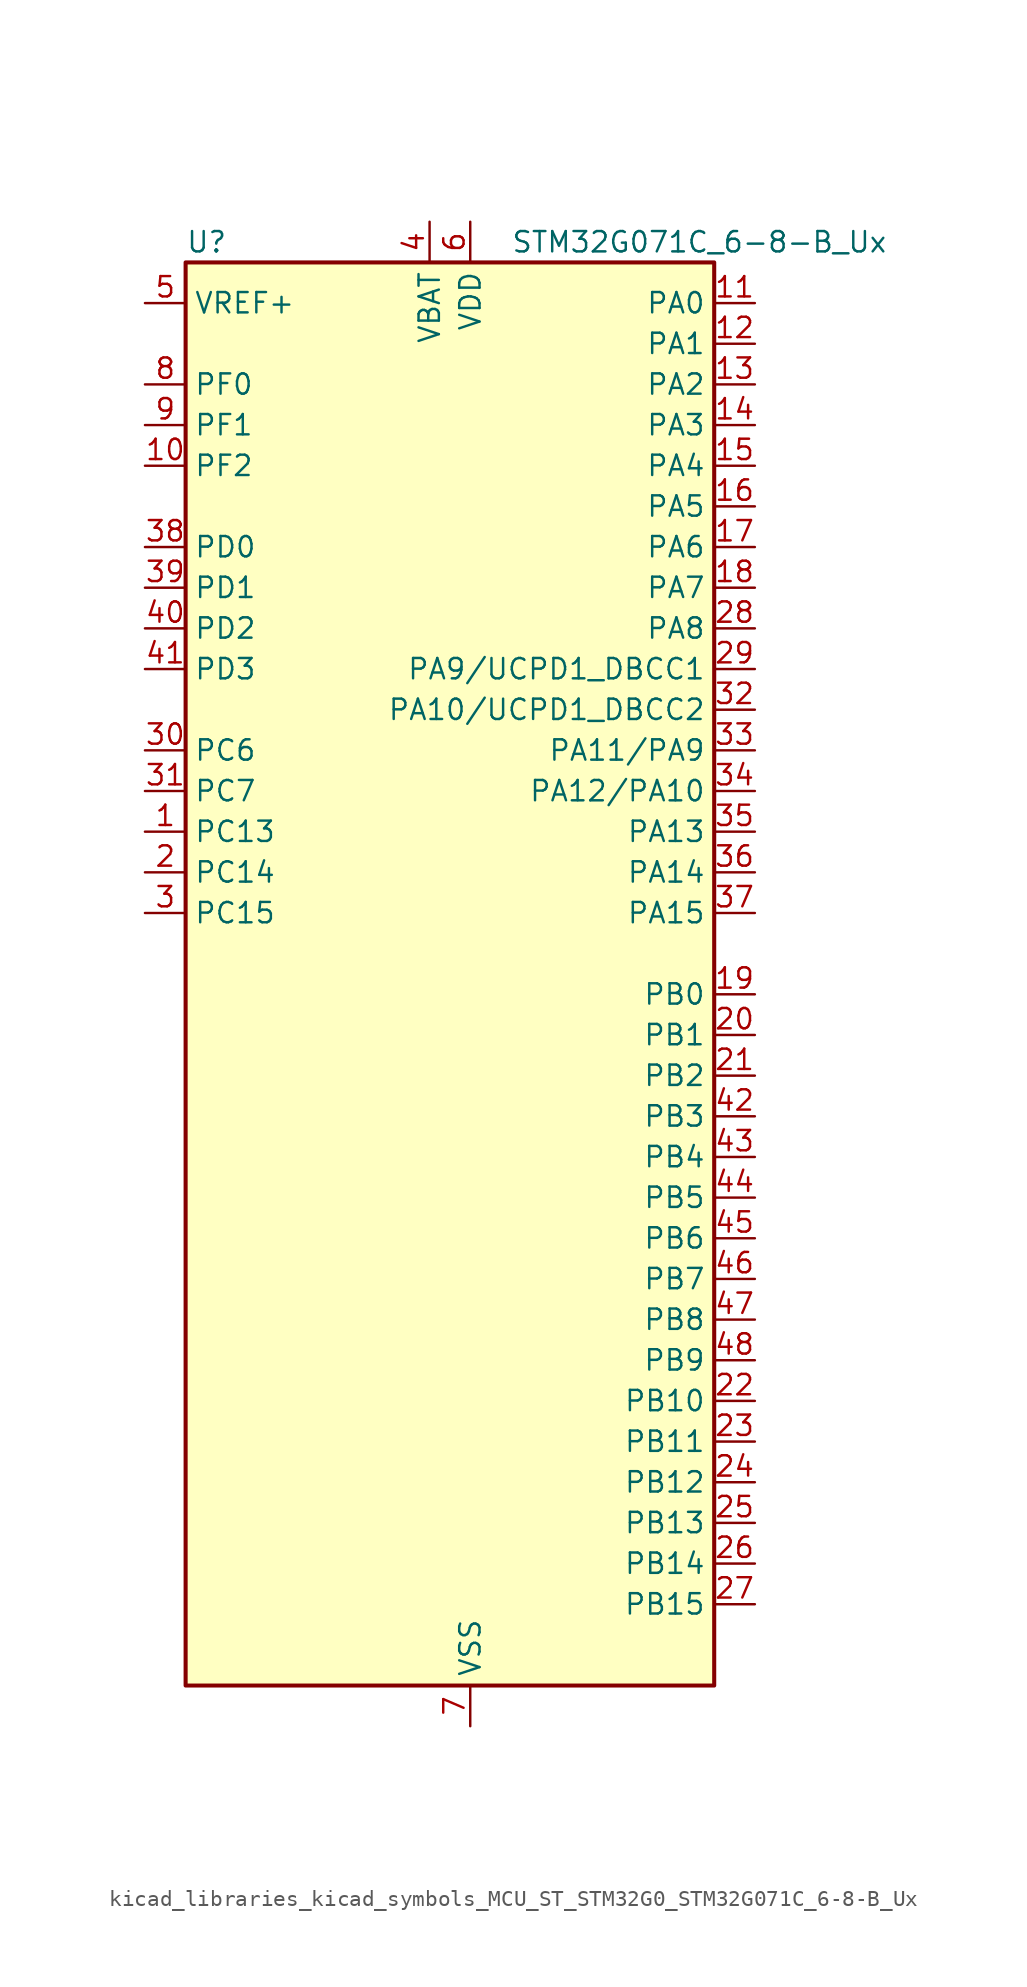
<source format=kicad_sym>
(kicad_symbol_lib
  (version 20220914)
  (generator kicad_symbol_editor)
  (symbol "kicad_libraries_kicad_symbols_MCU_ST_STM32G0_STM32G071C_6-8-B_Ux"
    (property "Reference" "U"
      (at -15.24 46.99 0)
      (effects (font (size 1.27 1.27)) (justify left)))
    (property "Value" "STM32G071C_6-8-B_Ux"
      (at 5.08 46.99 0)
      (effects (font (size 1.27 1.27)) (justify left)))
    (property "ki_locked" ""
      (at 0 0 0)
      (effects (font (size 1.27 1.27))))
    (symbol "kicad_libraries_kicad_symbols_MCU_ST_STM32G0_STM32G071C_6-8-B_Ux_0_1"
      (rectangle (start -15.24 -43.18) (end 17.78 45.72) (stroke (width 0.254) (type default)) (fill (type background))))
    (symbol "kicad_libraries_kicad_symbols_MCU_ST_STM32G0_STM32G071C_6-8-B_Ux_1_1"
      (pin bidirectional line (at -17.78 10.16 0) (length 2.54) (name "PC13" (effects (font (size 1.27 1.27)))) (number "1" (effects (font (size 1.27 1.27)))) (alternate "RTC_OUT_ALARM" bidirectional line) (alternate "RTC_OUT_CALIB" bidirectional line) (alternate "RTC_TAMP_IN1" bidirectional line) (alternate "RTC_TS" bidirectional line) (alternate "SYS_WKUP2" bidirectional line) (alternate "TIM1_BK" bidirectional line))
      (pin bidirectional line (at -17.78 33.02 0) (length 2.54) (name "PF2" (effects (font (size 1.27 1.27)))) (number "10" (effects (font (size 1.27 1.27)))) (alternate "RCC_MCO" bidirectional line))
      (pin bidirectional line (at 20.32 43.18 180) (length 2.54) (name "PA0" (effects (font (size 1.27 1.27)))) (number "11" (effects (font (size 1.27 1.27)))) (alternate "ADC1_IN0" bidirectional line) (alternate "COMP1_INM" bidirectional line) (alternate "COMP1_OUT" bidirectional line) (alternate "LPTIM1_OUT" bidirectional line) (alternate "RTC_TAMP_IN2" bidirectional line) (alternate "SPI2_SCK" bidirectional line) (alternate "SYS_WKUP1" bidirectional line) (alternate "TIM2_CH1" bidirectional line) (alternate "TIM2_ETR" bidirectional line) (alternate "UCPD2_FRSTX1" bidirectional line) (alternate "UCPD2_FRSTX2" bidirectional line) (alternate "USART2_CTS" bidirectional line) (alternate "USART2_NSS" bidirectional line) (alternate "USART4_TX" bidirectional line))
      (pin bidirectional line (at 20.32 40.64 180) (length 2.54) (name "PA1" (effects (font (size 1.27 1.27)))) (number "12" (effects (font (size 1.27 1.27)))) (alternate "ADC1_IN1" bidirectional line) (alternate "COMP1_INP" bidirectional line) (alternate "I2C1_SMBA" bidirectional line) (alternate "I2S1_CK" bidirectional line) (alternate "SPI1_SCK" bidirectional line) (alternate "TIM15_CH1N" bidirectional line) (alternate "TIM2_CH2" bidirectional line) (alternate "USART2_CK" bidirectional line) (alternate "USART2_DE" bidirectional line) (alternate "USART2_RTS" bidirectional line) (alternate "USART4_RX" bidirectional line))
      (pin bidirectional line (at 20.32 38.1 180) (length 2.54) (name "PA2" (effects (font (size 1.27 1.27)))) (number "13" (effects (font (size 1.27 1.27)))) (alternate "ADC1_IN2" bidirectional line) (alternate "COMP2_INM" bidirectional line) (alternate "COMP2_OUT" bidirectional line) (alternate "I2S1_SD" bidirectional line) (alternate "LPUART1_TX" bidirectional line) (alternate "RCC_LSCO" bidirectional line) (alternate "SPI1_MOSI" bidirectional line) (alternate "SYS_WKUP4" bidirectional line) (alternate "TIM15_CH1" bidirectional line) (alternate "TIM2_CH3" bidirectional line) (alternate "UCPD1_FRSTX1" bidirectional line) (alternate "UCPD1_FRSTX2" bidirectional line) (alternate "USART2_TX" bidirectional line))
      (pin bidirectional line (at 20.32 35.56 180) (length 2.54) (name "PA3" (effects (font (size 1.27 1.27)))) (number "14" (effects (font (size 1.27 1.27)))) (alternate "ADC1_IN3" bidirectional line) (alternate "COMP2_INP" bidirectional line) (alternate "LPUART1_RX" bidirectional line) (alternate "SPI2_MISO" bidirectional line) (alternate "TIM15_CH2" bidirectional line) (alternate "TIM2_CH4" bidirectional line) (alternate "UCPD2_FRSTX1" bidirectional line) (alternate "UCPD2_FRSTX2" bidirectional line) (alternate "USART2_RX" bidirectional line))
      (pin bidirectional line (at 20.32 33.02 180) (length 2.54) (name "PA4" (effects (font (size 1.27 1.27)))) (number "15" (effects (font (size 1.27 1.27)))) (alternate "ADC1_IN4" bidirectional line) (alternate "DAC1_OUT1" bidirectional line) (alternate "I2S1_WS" bidirectional line) (alternate "LPTIM2_OUT" bidirectional line) (alternate "RTC_OUT_ALARM" bidirectional line) (alternate "RTC_OUT_CALIB" bidirectional line) (alternate "SPI1_NSS" bidirectional line) (alternate "SPI2_MOSI" bidirectional line) (alternate "TIM14_CH1" bidirectional line) (alternate "UCPD2_FRSTX1" bidirectional line) (alternate "UCPD2_FRSTX2" bidirectional line))
      (pin bidirectional line (at 20.32 30.48 180) (length 2.54) (name "PA5" (effects (font (size 1.27 1.27)))) (number "16" (effects (font (size 1.27 1.27)))) (alternate "ADC1_IN5" bidirectional line) (alternate "CEC" bidirectional line) (alternate "DAC1_OUT2" bidirectional line) (alternate "I2S1_CK" bidirectional line) (alternate "LPTIM2_ETR" bidirectional line) (alternate "SPI1_SCK" bidirectional line) (alternate "TIM2_CH1" bidirectional line) (alternate "TIM2_ETR" bidirectional line) (alternate "UCPD1_FRSTX1" bidirectional line) (alternate "UCPD1_FRSTX2" bidirectional line) (alternate "USART3_TX" bidirectional line))
      (pin bidirectional line (at 20.32 27.94 180) (length 2.54) (name "PA6" (effects (font (size 1.27 1.27)))) (number "17" (effects (font (size 1.27 1.27)))) (alternate "ADC1_IN6" bidirectional line) (alternate "COMP1_OUT" bidirectional line) (alternate "I2S1_MCK" bidirectional line) (alternate "LPUART1_CTS" bidirectional line) (alternate "SPI1_MISO" bidirectional line) (alternate "TIM16_CH1" bidirectional line) (alternate "TIM1_BK" bidirectional line) (alternate "TIM3_CH1" bidirectional line) (alternate "USART3_CTS" bidirectional line) (alternate "USART3_NSS" bidirectional line))
      (pin bidirectional line (at 20.32 25.4 180) (length 2.54) (name "PA7" (effects (font (size 1.27 1.27)))) (number "18" (effects (font (size 1.27 1.27)))) (alternate "ADC1_IN7" bidirectional line) (alternate "COMP2_OUT" bidirectional line) (alternate "I2S1_SD" bidirectional line) (alternate "SPI1_MOSI" bidirectional line) (alternate "TIM14_CH1" bidirectional line) (alternate "TIM17_CH1" bidirectional line) (alternate "TIM1_CH1N" bidirectional line) (alternate "TIM3_CH2" bidirectional line) (alternate "UCPD1_FRSTX1" bidirectional line) (alternate "UCPD1_FRSTX2" bidirectional line))
      (pin bidirectional line (at 20.32 0 180) (length 2.54) (name "PB0" (effects (font (size 1.27 1.27)))) (number "19" (effects (font (size 1.27 1.27)))) (alternate "ADC1_IN8" bidirectional line) (alternate "COMP1_OUT" bidirectional line) (alternate "I2S1_WS" bidirectional line) (alternate "LPTIM1_OUT" bidirectional line) (alternate "SPI1_NSS" bidirectional line) (alternate "TIM1_CH2N" bidirectional line) (alternate "TIM3_CH3" bidirectional line) (alternate "UCPD1_FRSTX1" bidirectional line) (alternate "UCPD1_FRSTX2" bidirectional line) (alternate "USART3_RX" bidirectional line))
      (pin bidirectional line (at -17.78 7.62 0) (length 2.54) (name "PC14" (effects (font (size 1.27 1.27)))) (number "2" (effects (font (size 1.27 1.27)))) (alternate "RCC_OSC32_IN" bidirectional line) (alternate "TIM1_BK2" bidirectional line))
      (pin bidirectional line (at 20.32 -2.54 180) (length 2.54) (name "PB1" (effects (font (size 1.27 1.27)))) (number "20" (effects (font (size 1.27 1.27)))) (alternate "ADC1_IN9" bidirectional line) (alternate "COMP1_INM" bidirectional line) (alternate "LPTIM2_IN1" bidirectional line) (alternate "LPUART1_DE" bidirectional line) (alternate "LPUART1_RTS" bidirectional line) (alternate "TIM14_CH1" bidirectional line) (alternate "TIM1_CH3N" bidirectional line) (alternate "TIM3_CH4" bidirectional line) (alternate "USART3_CK" bidirectional line) (alternate "USART3_DE" bidirectional line) (alternate "USART3_RTS" bidirectional line))
      (pin bidirectional line (at 20.32 -5.08 180) (length 2.54) (name "PB2" (effects (font (size 1.27 1.27)))) (number "21" (effects (font (size 1.27 1.27)))) (alternate "ADC1_IN10" bidirectional line) (alternate "COMP1_INP" bidirectional line) (alternate "LPTIM1_OUT" bidirectional line) (alternate "SPI2_MISO" bidirectional line) (alternate "USART3_TX" bidirectional line))
      (pin bidirectional line (at 20.32 -25.4 180) (length 2.54) (name "PB10" (effects (font (size 1.27 1.27)))) (number "22" (effects (font (size 1.27 1.27)))) (alternate "ADC1_IN11" bidirectional line) (alternate "CEC" bidirectional line) (alternate "COMP1_OUT" bidirectional line) (alternate "I2C2_SCL" bidirectional line) (alternate "LPUART1_RX" bidirectional line) (alternate "SPI2_SCK" bidirectional line) (alternate "TIM2_CH3" bidirectional line) (alternate "USART3_TX" bidirectional line))
      (pin bidirectional line (at 20.32 -27.94 180) (length 2.54) (name "PB11" (effects (font (size 1.27 1.27)))) (number "23" (effects (font (size 1.27 1.27)))) (alternate "ADC1_EXTI11" bidirectional line) (alternate "ADC1_IN15" bidirectional line) (alternate "COMP2_OUT" bidirectional line) (alternate "I2C2_SDA" bidirectional line) (alternate "LPUART1_TX" bidirectional line) (alternate "SPI2_MOSI" bidirectional line) (alternate "TIM2_CH4" bidirectional line) (alternate "USART3_RX" bidirectional line))
      (pin bidirectional line (at 20.32 -30.48 180) (length 2.54) (name "PB12" (effects (font (size 1.27 1.27)))) (number "24" (effects (font (size 1.27 1.27)))) (alternate "ADC1_IN16" bidirectional line) (alternate "LPUART1_DE" bidirectional line) (alternate "LPUART1_RTS" bidirectional line) (alternate "SPI2_NSS" bidirectional line) (alternate "TIM15_BK" bidirectional line) (alternate "TIM1_BK" bidirectional line) (alternate "UCPD2_FRSTX1" bidirectional line) (alternate "UCPD2_FRSTX2" bidirectional line))
      (pin bidirectional line (at 20.32 -33.02 180) (length 2.54) (name "PB13" (effects (font (size 1.27 1.27)))) (number "25" (effects (font (size 1.27 1.27)))) (alternate "I2C2_SCL" bidirectional line) (alternate "LPUART1_CTS" bidirectional line) (alternate "SPI2_SCK" bidirectional line) (alternate "TIM15_CH1N" bidirectional line) (alternate "TIM1_CH1N" bidirectional line) (alternate "USART3_CTS" bidirectional line) (alternate "USART3_NSS" bidirectional line))
      (pin bidirectional line (at 20.32 -35.56 180) (length 2.54) (name "PB14" (effects (font (size 1.27 1.27)))) (number "26" (effects (font (size 1.27 1.27)))) (alternate "I2C2_SDA" bidirectional line) (alternate "SPI2_MISO" bidirectional line) (alternate "TIM15_CH1" bidirectional line) (alternate "TIM1_CH2N" bidirectional line) (alternate "UCPD1_FRSTX1" bidirectional line) (alternate "UCPD1_FRSTX2" bidirectional line) (alternate "USART3_CK" bidirectional line) (alternate "USART3_DE" bidirectional line) (alternate "USART3_RTS" bidirectional line))
      (pin bidirectional line (at 20.32 -38.1 180) (length 2.54) (name "PB15" (effects (font (size 1.27 1.27)))) (number "27" (effects (font (size 1.27 1.27)))) (alternate "RTC_REFIN" bidirectional line) (alternate "SPI2_MOSI" bidirectional line) (alternate "TIM15_CH1N" bidirectional line) (alternate "TIM15_CH2" bidirectional line) (alternate "TIM1_CH3N" bidirectional line) (alternate "UCPD1_CC2" bidirectional line))
      (pin bidirectional line (at 20.32 22.86 180) (length 2.54) (name "PA8" (effects (font (size 1.27 1.27)))) (number "28" (effects (font (size 1.27 1.27)))) (alternate "LPTIM2_OUT" bidirectional line) (alternate "RCC_MCO" bidirectional line) (alternate "SPI2_NSS" bidirectional line) (alternate "TIM1_CH1" bidirectional line) (alternate "UCPD1_CC1" bidirectional line))
      (pin bidirectional line (at 20.32 20.32 180) (length 2.54) (name "PA9/UCPD1_DBCC1" (effects (font (size 1.27 1.27)))) (number "29" (effects (font (size 1.27 1.27)))) (alternate "DAC1_EXTI9" bidirectional line) (alternate "I2C1_SCL" bidirectional line) (alternate "RCC_MCO" bidirectional line) (alternate "SPI2_MISO" bidirectional line) (alternate "TIM15_BK" bidirectional line) (alternate "TIM1_CH2" bidirectional line) (alternate "UCPD1_DBCC1" bidirectional line) (alternate "USART1_TX" bidirectional line))
      (pin bidirectional line (at -17.78 5.08 0) (length 2.54) (name "PC15" (effects (font (size 1.27 1.27)))) (number "3" (effects (font (size 1.27 1.27)))) (alternate "RCC_OSC32_EN" bidirectional line) (alternate "RCC_OSC32_OUT" bidirectional line) (alternate "RCC_OSC_EN" bidirectional line) (alternate "TIM15_BK" bidirectional line))
      (pin bidirectional line (at -17.78 15.24 0) (length 2.54) (name "PC6" (effects (font (size 1.27 1.27)))) (number "30" (effects (font (size 1.27 1.27)))) (alternate "TIM2_CH3" bidirectional line) (alternate "TIM3_CH1" bidirectional line) (alternate "UCPD1_FRSTX1" bidirectional line) (alternate "UCPD1_FRSTX2" bidirectional line))
      (pin bidirectional line (at -17.78 12.7 0) (length 2.54) (name "PC7" (effects (font (size 1.27 1.27)))) (number "31" (effects (font (size 1.27 1.27)))) (alternate "TIM2_CH4" bidirectional line) (alternate "TIM3_CH2" bidirectional line) (alternate "UCPD2_FRSTX1" bidirectional line) (alternate "UCPD2_FRSTX2" bidirectional line))
      (pin bidirectional line (at 20.32 17.78 180) (length 2.54) (name "PA10/UCPD1_DBCC2" (effects (font (size 1.27 1.27)))) (number "32" (effects (font (size 1.27 1.27)))) (alternate "I2C1_SDA" bidirectional line) (alternate "SPI2_MOSI" bidirectional line) (alternate "TIM17_BK" bidirectional line) (alternate "TIM1_CH3" bidirectional line) (alternate "UCPD1_DBCC2" bidirectional line) (alternate "USART1_RX" bidirectional line))
      (pin bidirectional line (at 20.32 15.24 180) (length 2.54) (name "PA11/PA9" (effects (font (size 1.27 1.27)))) (number "33" (effects (font (size 1.27 1.27)))) (alternate "ADC1_EXTI11" bidirectional line) (alternate "COMP1_OUT" bidirectional line) (alternate "I2C2_SCL" bidirectional line) (alternate "I2S1_MCK" bidirectional line) (alternate "SPI1_MISO" bidirectional line) (alternate "TIM1_BK2" bidirectional line) (alternate "TIM1_CH4" bidirectional line) (alternate "USART1_CTS" bidirectional line) (alternate "USART1_NSS" bidirectional line))
      (pin bidirectional line (at 20.32 12.7 180) (length 2.54) (name "PA12/PA10" (effects (font (size 1.27 1.27)))) (number "34" (effects (font (size 1.27 1.27)))) (alternate "COMP2_OUT" bidirectional line) (alternate "I2C2_SDA" bidirectional line) (alternate "I2S1_SD" bidirectional line) (alternate "I2S_CKIN" bidirectional line) (alternate "SPI1_MOSI" bidirectional line) (alternate "TIM1_ETR" bidirectional line) (alternate "USART1_CK" bidirectional line) (alternate "USART1_DE" bidirectional line) (alternate "USART1_RTS" bidirectional line))
      (pin bidirectional line (at 20.32 10.16 180) (length 2.54) (name "PA13" (effects (font (size 1.27 1.27)))) (number "35" (effects (font (size 1.27 1.27)))) (alternate "IR_OUT" bidirectional line) (alternate "SYS_SWDIO" bidirectional line))
      (pin bidirectional line (at 20.32 7.62 180) (length 2.54) (name "PA14" (effects (font (size 1.27 1.27)))) (number "36" (effects (font (size 1.27 1.27)))) (alternate "SYS_SWCLK" bidirectional line) (alternate "USART2_TX" bidirectional line))
      (pin bidirectional line (at 20.32 5.08 180) (length 2.54) (name "PA15" (effects (font (size 1.27 1.27)))) (number "37" (effects (font (size 1.27 1.27)))) (alternate "I2S1_WS" bidirectional line) (alternate "SPI1_NSS" bidirectional line) (alternate "TIM2_CH1" bidirectional line) (alternate "TIM2_ETR" bidirectional line) (alternate "USART2_RX" bidirectional line) (alternate "USART3_CK" bidirectional line) (alternate "USART3_DE" bidirectional line) (alternate "USART3_RTS" bidirectional line) (alternate "USART4_CK" bidirectional line) (alternate "USART4_DE" bidirectional line) (alternate "USART4_RTS" bidirectional line))
      (pin bidirectional line (at -17.78 27.94 0) (length 2.54) (name "PD0" (effects (font (size 1.27 1.27)))) (number "38" (effects (font (size 1.27 1.27)))) (alternate "SPI2_NSS" bidirectional line) (alternate "TIM16_CH1" bidirectional line) (alternate "UCPD2_CC1" bidirectional line))
      (pin bidirectional line (at -17.78 25.4 0) (length 2.54) (name "PD1" (effects (font (size 1.27 1.27)))) (number "39" (effects (font (size 1.27 1.27)))) (alternate "SPI2_SCK" bidirectional line) (alternate "TIM17_CH1" bidirectional line) (alternate "UCPD2_DBCC1" bidirectional line))
      (pin power_in line (at 0 48.26 270) (length 2.54) (name "VBAT" (effects (font (size 1.27 1.27)))) (number "4" (effects (font (size 1.27 1.27)))))
      (pin bidirectional line (at -17.78 22.86 0) (length 2.54) (name "PD2" (effects (font (size 1.27 1.27)))) (number "40" (effects (font (size 1.27 1.27)))) (alternate "TIM1_CH1N" bidirectional line) (alternate "TIM3_ETR" bidirectional line) (alternate "UCPD2_CC2" bidirectional line) (alternate "USART3_CK" bidirectional line) (alternate "USART3_DE" bidirectional line) (alternate "USART3_RTS" bidirectional line))
      (pin bidirectional line (at -17.78 20.32 0) (length 2.54) (name "PD3" (effects (font (size 1.27 1.27)))) (number "41" (effects (font (size 1.27 1.27)))) (alternate "SPI2_MISO" bidirectional line) (alternate "TIM1_CH2N" bidirectional line) (alternate "UCPD2_DBCC2" bidirectional line) (alternate "USART2_CTS" bidirectional line) (alternate "USART2_NSS" bidirectional line))
      (pin bidirectional line (at 20.32 -7.62 180) (length 2.54) (name "PB3" (effects (font (size 1.27 1.27)))) (number "42" (effects (font (size 1.27 1.27)))) (alternate "COMP2_INM" bidirectional line) (alternate "I2S1_CK" bidirectional line) (alternate "SPI1_SCK" bidirectional line) (alternate "TIM1_CH2" bidirectional line) (alternate "TIM2_CH2" bidirectional line) (alternate "USART1_CK" bidirectional line) (alternate "USART1_DE" bidirectional line) (alternate "USART1_RTS" bidirectional line))
      (pin bidirectional line (at 20.32 -10.16 180) (length 2.54) (name "PB4" (effects (font (size 1.27 1.27)))) (number "43" (effects (font (size 1.27 1.27)))) (alternate "COMP2_INP" bidirectional line) (alternate "I2S1_MCK" bidirectional line) (alternate "SPI1_MISO" bidirectional line) (alternate "TIM17_BK" bidirectional line) (alternate "TIM3_CH1" bidirectional line) (alternate "USART1_CTS" bidirectional line) (alternate "USART1_NSS" bidirectional line))
      (pin bidirectional line (at 20.32 -12.7 180) (length 2.54) (name "PB5" (effects (font (size 1.27 1.27)))) (number "44" (effects (font (size 1.27 1.27)))) (alternate "COMP2_OUT" bidirectional line) (alternate "I2C1_SMBA" bidirectional line) (alternate "I2S1_SD" bidirectional line) (alternate "LPTIM1_IN1" bidirectional line) (alternate "SPI1_MOSI" bidirectional line) (alternate "SYS_WKUP6" bidirectional line) (alternate "TIM16_BK" bidirectional line) (alternate "TIM3_CH2" bidirectional line))
      (pin bidirectional line (at 20.32 -15.24 180) (length 2.54) (name "PB6" (effects (font (size 1.27 1.27)))) (number "45" (effects (font (size 1.27 1.27)))) (alternate "COMP2_INP" bidirectional line) (alternate "I2C1_SCL" bidirectional line) (alternate "LPTIM1_ETR" bidirectional line) (alternate "SPI2_MISO" bidirectional line) (alternate "TIM16_CH1N" bidirectional line) (alternate "TIM1_CH3" bidirectional line) (alternate "USART1_TX" bidirectional line))
      (pin bidirectional line (at 20.32 -17.78 180) (length 2.54) (name "PB7" (effects (font (size 1.27 1.27)))) (number "46" (effects (font (size 1.27 1.27)))) (alternate "COMP2_INM" bidirectional line) (alternate "I2C1_SDA" bidirectional line) (alternate "LPTIM1_IN2" bidirectional line) (alternate "SPI2_MOSI" bidirectional line) (alternate "SYS_PVD_IN" bidirectional line) (alternate "TIM17_CH1N" bidirectional line) (alternate "USART1_RX" bidirectional line) (alternate "USART4_CTS" bidirectional line) (alternate "USART4_NSS" bidirectional line))
      (pin bidirectional line (at 20.32 -20.32 180) (length 2.54) (name "PB8" (effects (font (size 1.27 1.27)))) (number "47" (effects (font (size 1.27 1.27)))) (alternate "CEC" bidirectional line) (alternate "I2C1_SCL" bidirectional line) (alternate "SPI2_SCK" bidirectional line) (alternate "TIM15_BK" bidirectional line) (alternate "TIM16_CH1" bidirectional line) (alternate "USART3_TX" bidirectional line))
      (pin bidirectional line (at 20.32 -22.86 180) (length 2.54) (name "PB9" (effects (font (size 1.27 1.27)))) (number "48" (effects (font (size 1.27 1.27)))) (alternate "DAC1_EXTI9" bidirectional line) (alternate "I2C1_SDA" bidirectional line) (alternate "IR_OUT" bidirectional line) (alternate "SPI2_NSS" bidirectional line) (alternate "TIM17_CH1" bidirectional line) (alternate "UCPD2_FRSTX1" bidirectional line) (alternate "UCPD2_FRSTX2" bidirectional line) (alternate "USART3_RX" bidirectional line))
      (pin passive line (at 2.54 -45.72 90) (length 2.54) hide (name "VSS" (effects (font (size 1.27 1.27)))) (number "49" (effects (font (size 1.27 1.27)))))
      (pin input line (at -17.78 43.18 0) (length 2.54) (name "VREF+" (effects (font (size 1.27 1.27)))) (number "5" (effects (font (size 1.27 1.27)))) (alternate "VREFBUF_OUT" bidirectional line))
      (pin power_in line (at 2.54 48.26 270) (length 2.54) (name "VDD" (effects (font (size 1.27 1.27)))) (number "6" (effects (font (size 1.27 1.27)))))
      (pin power_in line (at 2.54 -45.72 90) (length 2.54) (name "VSS" (effects (font (size 1.27 1.27)))) (number "7" (effects (font (size 1.27 1.27)))))
      (pin bidirectional line (at -17.78 38.1 0) (length 2.54) (name "PF0" (effects (font (size 1.27 1.27)))) (number "8" (effects (font (size 1.27 1.27)))) (alternate "RCC_OSC_IN" bidirectional line) (alternate "TIM14_CH1" bidirectional line))
      (pin bidirectional line (at -17.78 35.56 0) (length 2.54) (name "PF1" (effects (font (size 1.27 1.27)))) (number "9" (effects (font (size 1.27 1.27)))) (alternate "RCC_OSC_EN" bidirectional line) (alternate "RCC_OSC_OUT" bidirectional line) (alternate "TIM15_CH1N" bidirectional line)))))
</source>
